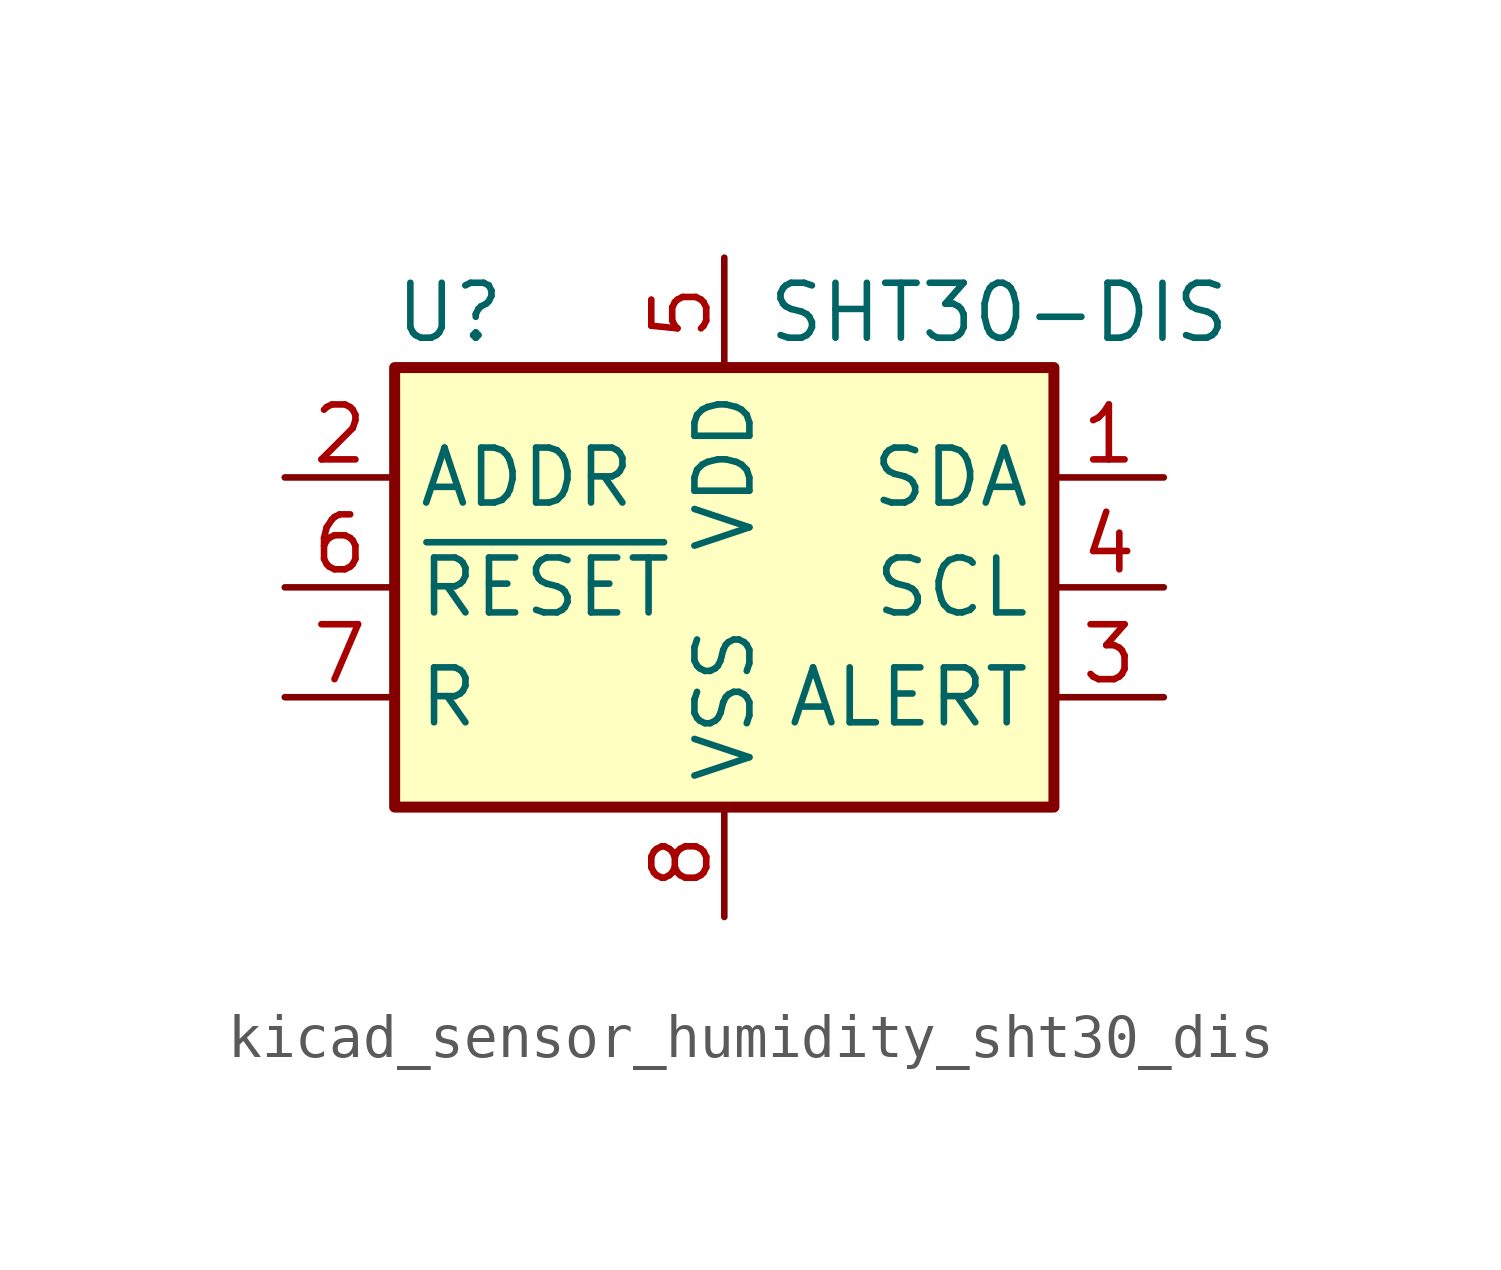
<source format=kicad_sym>
(kicad_symbol_lib
  (version 20220914)
  (generator kicad_symbol_editor)
  (symbol "kicad_sensor_humidity_sht30_dis"
    (property "Reference" "U"
      (at -6.35 6.35 0)
      (effects (font (size 1.27 1.27))))
    (property "Value" "SHT30-DIS"
      (at 6.35 6.35 0)
      (effects (font (size 1.27 1.27))))
    (symbol "kicad_sensor_humidity_sht30_dis_0_1"
      (rectangle (start -7.62 5.08) (end 7.62 -5.08) (stroke (width 0.254) (type default)) (fill (type background))))
    (symbol "kicad_sensor_humidity_sht30_dis_1_1"
      (pin bidirectional line (at 10.16 2.54 180) (length 2.54) (name "SDA" (effects (font (size 1.27 1.27)))) (number "1" (effects (font (size 1.27 1.27)))))
      (pin input line (at -10.16 2.54 0) (length 2.54) (name "ADDR" (effects (font (size 1.27 1.27)))) (number "2" (effects (font (size 1.27 1.27)))))
      (pin output line (at 10.16 -2.54 180) (length 2.54) (name "ALERT" (effects (font (size 1.27 1.27)))) (number "3" (effects (font (size 1.27 1.27)))))
      (pin input line (at 10.16 0 180) (length 2.54) (name "SCL" (effects (font (size 1.27 1.27)))) (number "4" (effects (font (size 1.27 1.27)))))
      (pin power_in line (at 0 7.62 270) (length 2.54) (name "VDD" (effects (font (size 1.27 1.27)))) (number "5" (effects (font (size 1.27 1.27)))))
      (pin input line (at -10.16 0 0) (length 2.54) (name "~{RESET}" (effects (font (size 1.27 1.27)))) (number "6" (effects (font (size 1.27 1.27)))))
      (pin passive line (at -10.16 -2.54 0) (length 2.54) (name "R" (effects (font (size 1.27 1.27)))) (number "7" (effects (font (size 1.27 1.27)))))
      (pin power_in line (at 0 -7.62 90) (length 2.54) (name "VSS" (effects (font (size 1.27 1.27)))) (number "8" (effects (font (size 1.27 1.27)))))
      (pin passive line (at 0 -7.62 90) (length 2.54) hide (name "VSS" (effects (font (size 1.27 1.27)))) (number "9" (effects (font (size 1.27 1.27))))))))
</source>
